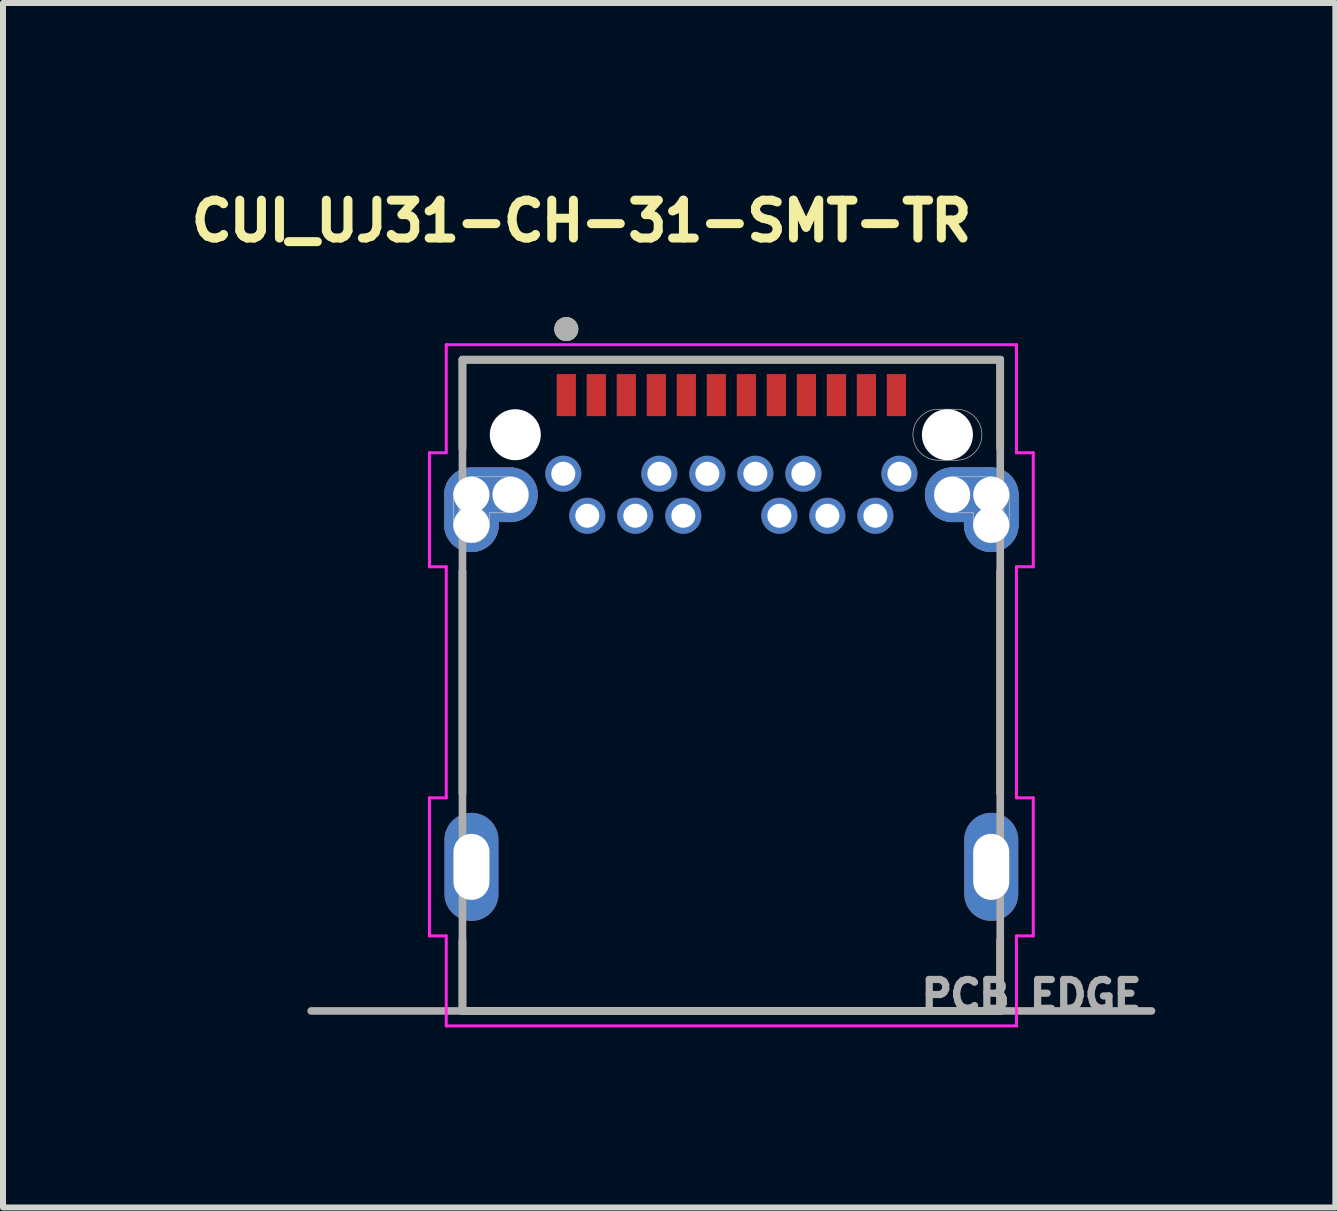
<source format=kicad_pcb>
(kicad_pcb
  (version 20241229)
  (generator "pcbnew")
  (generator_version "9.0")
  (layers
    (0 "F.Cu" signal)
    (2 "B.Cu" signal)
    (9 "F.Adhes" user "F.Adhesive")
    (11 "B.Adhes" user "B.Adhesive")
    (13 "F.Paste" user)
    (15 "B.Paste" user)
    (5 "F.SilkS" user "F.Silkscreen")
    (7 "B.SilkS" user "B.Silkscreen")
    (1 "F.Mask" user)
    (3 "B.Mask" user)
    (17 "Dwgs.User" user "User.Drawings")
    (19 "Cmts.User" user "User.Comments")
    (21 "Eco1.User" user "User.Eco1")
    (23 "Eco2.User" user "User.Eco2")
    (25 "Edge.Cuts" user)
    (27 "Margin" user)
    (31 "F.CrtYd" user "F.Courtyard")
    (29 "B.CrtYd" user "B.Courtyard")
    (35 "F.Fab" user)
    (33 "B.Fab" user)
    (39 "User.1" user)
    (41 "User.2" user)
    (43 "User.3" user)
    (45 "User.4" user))
  (footprint "CUI_UJ31-CH-31-SMT-TR"
    (layer "F.Cu")
    (at 9.135 3.533)
    (property "Reference" "CUI_UJ31-CH-31-SMT-TR" (at -2.496 -2.901 0) (layer "F.SilkS") (effects (font (size 0.631 0.631) (thickness 0.15))))
    (attr through_hole)
    (fp_poly (pts (xy -4.78 1.66) (xy -4.78 2.16) (xy -4.779 2.184) (xy -4.778 2.207) (xy -4.774 2.23) (xy -4.77 2.254) (xy -4.765 2.276) (xy -4.758 2.299) (xy -4.75 2.321) (xy -4.741 2.343) (xy -4.731 2.364) (xy -4.72 2.385) (xy -4.707 2.405) (xy -4.694 2.425) (xy -4.68 2.443) (xy -4.664 2.461) (xy -4.648 2.478) (xy -4.631 2.494) (xy -4.613 2.51) (xy -4.595 2.524) (xy -4.575 2.537) (xy -4.555 2.55) (xy -4.534 2.561) (xy -4.513 2.571) (xy -4.491 2.58) (xy -4.469 2.588) (xy -4.446 2.595) (xy -4.424 2.6) (xy -4.4 2.604) (xy -4.377 2.608) (xy -4.354 2.609) (xy -4.33 2.61) (xy -4.306 2.609) (xy -4.283 2.608) (xy -4.26 2.604) (xy -4.236 2.6) (xy -4.214 2.595) (xy -4.191 2.588) (xy -4.169 2.58) (xy -4.147 2.571) (xy -4.126 2.561) (xy -4.105 2.55) (xy -4.085 2.537) (xy -4.065 2.524) (xy -4.047 2.51) (xy -4.029 2.494) (xy -4.012 2.478) (xy -3.996 2.461) (xy -3.98 2.443) (xy -3.966 2.425) (xy -3.953 2.405) (xy -3.94 2.385) (xy -3.929 2.364) (xy -3.919 2.343) (xy -3.91 2.321) (xy -3.902 2.299) (xy -3.895 2.276) (xy -3.89 2.254) (xy -3.886 2.23) (xy -3.882 2.207) (xy -3.881 2.184) (xy -3.88 2.16) (xy -3.88 2.11) (xy -3.68 2.11) (xy -3.656 2.109) (xy -3.633 2.108) (xy -3.61 2.104) (xy -3.586 2.1) (xy -3.564 2.095) (xy -3.541 2.088) (xy -3.519 2.08) (xy -3.497 2.071) (xy -3.476 2.061) (xy -3.455 2.05) (xy -3.435 2.037) (xy -3.415 2.024) (xy -3.397 2.01) (xy -3.379 1.994) (xy -3.362 1.978) (xy -3.346 1.961) (xy -3.33 1.943) (xy -3.316 1.925) (xy -3.303 1.905) (xy -3.29 1.885) (xy -3.279 1.864) (xy -3.269 1.843) (xy -3.26 1.821) (xy -3.252 1.799) (xy -3.245 1.776) (xy -3.24 1.754) (xy -3.236 1.73) (xy -3.232 1.707) (xy -3.231 1.684) (xy -3.23 1.66) (xy -3.231 1.636) (xy -3.232 1.613) (xy -3.236 1.59) (xy -3.24 1.566) (xy -3.245 1.544) (xy -3.252 1.521) (xy -3.26 1.499) (xy -3.269 1.477) (xy -3.279 1.456) (xy -3.29 1.435) (xy -3.303 1.415) (xy -3.316 1.395) (xy -3.33 1.377) (xy -3.346 1.359) (xy -3.362 1.342) (xy -3.379 1.326) (xy -3.397 1.31) (xy -3.415 1.296) (xy -3.435 1.283) (xy -3.455 1.27) (xy -3.476 1.259) (xy -3.497 1.249) (xy -3.519 1.24) (xy -3.541 1.232) (xy -3.564 1.225) (xy -3.586 1.22) (xy -3.61 1.216) (xy -3.633 1.212) (xy -3.656 1.211) (xy -3.68 1.21) (xy -4.33 1.21) (xy -4.354 1.211) (xy -4.377 1.212) (xy -4.4 1.216) (xy -4.424 1.22) (xy -4.446 1.225) (xy -4.469 1.232) (xy -4.491 1.24) (xy -4.513 1.249) (xy -4.534 1.259) (xy -4.555 1.27) (xy -4.575 1.283) (xy -4.595 1.296) (xy -4.613 1.31) (xy -4.631 1.326) (xy -4.648 1.342) (xy -4.664 1.359) (xy -4.68 1.377) (xy -4.694 1.395) (xy -4.707 1.415) (xy -4.72 1.435) (xy -4.731 1.456) (xy -4.741 1.477) (xy -4.75 1.499) (xy -4.758 1.521) (xy -4.765 1.544) (xy -4.77 1.566) (xy -4.774 1.59) (xy -4.778 1.613) (xy -4.779 1.636) (xy -4.78 1.66)) (stroke (width 0.01) (type solid)) (fill yes) (layer "F.Cu"))
    (fp_poly (pts (xy -4.78 1.66) (xy -4.78 2.16) (xy -4.779 2.184) (xy -4.778 2.207) (xy -4.774 2.23) (xy -4.77 2.254) (xy -4.765 2.276) (xy -4.758 2.299) (xy -4.75 2.321) (xy -4.741 2.343) (xy -4.731 2.364) (xy -4.72 2.385) (xy -4.707 2.405) (xy -4.694 2.425) (xy -4.68 2.443) (xy -4.664 2.461) (xy -4.648 2.478) (xy -4.631 2.494) (xy -4.613 2.51) (xy -4.595 2.524) (xy -4.575 2.537) (xy -4.555 2.55) (xy -4.534 2.561) (xy -4.513 2.571) (xy -4.491 2.58) (xy -4.469 2.588) (xy -4.446 2.595) (xy -4.424 2.6) (xy -4.4 2.604) (xy -4.377 2.608) (xy -4.354 2.609) (xy -4.33 2.61) (xy -4.306 2.609) (xy -4.283 2.608) (xy -4.26 2.604) (xy -4.236 2.6) (xy -4.214 2.595) (xy -4.191 2.588) (xy -4.169 2.58) (xy -4.147 2.571) (xy -4.126 2.561) (xy -4.105 2.55) (xy -4.085 2.537) (xy -4.065 2.524) (xy -4.047 2.51) (xy -4.029 2.494) (xy -4.012 2.478) (xy -3.996 2.461) (xy -3.98 2.443) (xy -3.966 2.425) (xy -3.953 2.405) (xy -3.94 2.385) (xy -3.929 2.364) (xy -3.919 2.343) (xy -3.91 2.321) (xy -3.902 2.299) (xy -3.895 2.276) (xy -3.89 2.254) (xy -3.886 2.23) (xy -3.882 2.207) (xy -3.881 2.184) (xy -3.88 2.16) (xy -3.88 2.11) (xy -3.68 2.11) (xy -3.656 2.109) (xy -3.633 2.108) (xy -3.61 2.104) (xy -3.586 2.1) (xy -3.564 2.095) (xy -3.541 2.088) (xy -3.519 2.08) (xy -3.497 2.071) (xy -3.476 2.061) (xy -3.455 2.05) (xy -3.435 2.037) (xy -3.415 2.024) (xy -3.397 2.01) (xy -3.379 1.994) (xy -3.362 1.978) (xy -3.346 1.961) (xy -3.33 1.943) (xy -3.316 1.925) (xy -3.303 1.905) (xy -3.29 1.885) (xy -3.279 1.864) (xy -3.269 1.843) (xy -3.26 1.821) (xy -3.252 1.799) (xy -3.245 1.776) (xy -3.24 1.754) (xy -3.236 1.73) (xy -3.232 1.707) (xy -3.231 1.684) (xy -3.23 1.66) (xy -3.231 1.636) (xy -3.232 1.613) (xy -3.236 1.59) (xy -3.24 1.566) (xy -3.245 1.544) (xy -3.252 1.521) (xy -3.26 1.499) (xy -3.269 1.477) (xy -3.279 1.456) (xy -3.29 1.435) (xy -3.303 1.415) (xy -3.316 1.395) (xy -3.33 1.377) (xy -3.346 1.359) (xy -3.362 1.342) (xy -3.379 1.326) (xy -3.397 1.31) (xy -3.415 1.296) (xy -3.435 1.283) (xy -3.455 1.27) (xy -3.476 1.259) (xy -3.497 1.249) (xy -3.519 1.24) (xy -3.541 1.232) (xy -3.564 1.225) (xy -3.586 1.22) (xy -3.61 1.216) (xy -3.633 1.212) (xy -3.656 1.211) (xy -3.68 1.21) (xy -4.33 1.21) (xy -4.354 1.211) (xy -4.377 1.212) (xy -4.4 1.216) (xy -4.424 1.22) (xy -4.446 1.225) (xy -4.469 1.232) (xy -4.491 1.24) (xy -4.513 1.249) (xy -4.534 1.259) (xy -4.555 1.27) (xy -4.575 1.283) (xy -4.595 1.296) (xy -4.613 1.31) (xy -4.631 1.326) (xy -4.648 1.342) (xy -4.664 1.359) (xy -4.68 1.377) (xy -4.694 1.395) (xy -4.707 1.415) (xy -4.72 1.435) (xy -4.731 1.456) (xy -4.741 1.477) (xy -4.75 1.499) (xy -4.758 1.521) (xy -4.765 1.544) (xy -4.77 1.566) (xy -4.774 1.59) (xy -4.778 1.613) (xy -4.779 1.636) (xy -4.78 1.66)) (stroke (width 0.01) (type solid)) (fill yes) (layer "F.Cu"))
    (fp_poly (pts (xy 4.78 1.66) (xy 4.78 2.16) (xy 4.779 2.184) (xy 4.778 2.207) (xy 4.774 2.23) (xy 4.77 2.254) (xy 4.765 2.276) (xy 4.758 2.299) (xy 4.75 2.321) (xy 4.741 2.343) (xy 4.731 2.364) (xy 4.72 2.385) (xy 4.707 2.405) (xy 4.694 2.425) (xy 4.68 2.443) (xy 4.664 2.461) (xy 4.648 2.478) (xy 4.631 2.494) (xy 4.613 2.51) (xy 4.595 2.524) (xy 4.575 2.537) (xy 4.555 2.55) (xy 4.534 2.561) (xy 4.513 2.571) (xy 4.491 2.58) (xy 4.469 2.588) (xy 4.446 2.595) (xy 4.424 2.6) (xy 4.4 2.604) (xy 4.377 2.608) (xy 4.354 2.609) (xy 4.33 2.61) (xy 4.306 2.609) (xy 4.283 2.608) (xy 4.26 2.604) (xy 4.236 2.6) (xy 4.214 2.595) (xy 4.191 2.588) (xy 4.169 2.58) (xy 4.147 2.571) (xy 4.126 2.561) (xy 4.105 2.55) (xy 4.085 2.537) (xy 4.065 2.524) (xy 4.047 2.51) (xy 4.029 2.494) (xy 4.012 2.478) (xy 3.996 2.461) (xy 3.98 2.443) (xy 3.966 2.425) (xy 3.953 2.405) (xy 3.94 2.385) (xy 3.929 2.364) (xy 3.919 2.343) (xy 3.91 2.321) (xy 3.902 2.299) (xy 3.895 2.276) (xy 3.89 2.254) (xy 3.886 2.23) (xy 3.882 2.207) (xy 3.881 2.184) (xy 3.88 2.16) (xy 3.88 2.11) (xy 3.68 2.11) (xy 3.656 2.109) (xy 3.633 2.108) (xy 3.61 2.104) (xy 3.586 2.1) (xy 3.564 2.095) (xy 3.541 2.088) (xy 3.519 2.08) (xy 3.497 2.071) (xy 3.476 2.061) (xy 3.455 2.05) (xy 3.435 2.037) (xy 3.415 2.024) (xy 3.397 2.01) (xy 3.379 1.994) (xy 3.362 1.978) (xy 3.346 1.961) (xy 3.33 1.943) (xy 3.316 1.925) (xy 3.303 1.905) (xy 3.29 1.885) (xy 3.279 1.864) (xy 3.269 1.843) (xy 3.26 1.821) (xy 3.252 1.799) (xy 3.245 1.776) (xy 3.24 1.754) (xy 3.236 1.73) (xy 3.232 1.707) (xy 3.231 1.684) (xy 3.23 1.66) (xy 3.231 1.636) (xy 3.232 1.613) (xy 3.236 1.59) (xy 3.24 1.566) (xy 3.245 1.544) (xy 3.252 1.521) (xy 3.26 1.499) (xy 3.269 1.477) (xy 3.279 1.456) (xy 3.29 1.435) (xy 3.303 1.415) (xy 3.316 1.395) (xy 3.33 1.377) (xy 3.346 1.359) (xy 3.362 1.342) (xy 3.379 1.326) (xy 3.397 1.31) (xy 3.415 1.296) (xy 3.435 1.283) (xy 3.455 1.27) (xy 3.476 1.259) (xy 3.497 1.249) (xy 3.519 1.24) (xy 3.541 1.232) (xy 3.564 1.225) (xy 3.586 1.22) (xy 3.61 1.216) (xy 3.633 1.212) (xy 3.656 1.211) (xy 3.68 1.21) (xy 4.33 1.21) (xy 4.354 1.211) (xy 4.377 1.212) (xy 4.4 1.216) (xy 4.424 1.22) (xy 4.446 1.225) (xy 4.469 1.232) (xy 4.491 1.24) (xy 4.513 1.249) (xy 4.534 1.259) (xy 4.555 1.27) (xy 4.575 1.283) (xy 4.595 1.296) (xy 4.613 1.31) (xy 4.631 1.326) (xy 4.648 1.342) (xy 4.664 1.359) (xy 4.68 1.377) (xy 4.694 1.395) (xy 4.707 1.415) (xy 4.72 1.435) (xy 4.731 1.456) (xy 4.741 1.477) (xy 4.75 1.499) (xy 4.758 1.521) (xy 4.765 1.544) (xy 4.77 1.566) (xy 4.774 1.59) (xy 4.778 1.613) (xy 4.779 1.636) (xy 4.78 1.66)) (stroke (width 0.01) (type solid)) (fill yes) (layer "F.Cu"))
    (fp_poly (pts (xy 2.925 0.66) (xy 2.926 0.633) (xy 2.928 0.605) (xy 2.931 0.578) (xy 2.936 0.551) (xy 2.943 0.524) (xy 2.951 0.498) (xy 2.96 0.472) (xy 2.97 0.446) (xy 2.982 0.422) (xy 2.995 0.398) (xy 3.01 0.374) (xy 3.025 0.351) (xy 3.042 0.33) (xy 3.06 0.309) (xy 3.079 0.289) (xy 3.099 0.27) (xy 3.12 0.252) (xy 3.141 0.235) (xy 3.164 0.22) (xy 3.188 0.205) (xy 3.212 0.192) (xy 3.236 0.18) (xy 3.262 0.17) (xy 3.288 0.161) (xy 3.314 0.153) (xy 3.341 0.146) (xy 3.368 0.141) (xy 3.395 0.138) (xy 3.423 0.136) (xy 3.45 0.135) (xy 3.75 0.135) (xy 3.777 0.136) (xy 3.805 0.138) (xy 3.832 0.141) (xy 3.859 0.146) (xy 3.886 0.153) (xy 3.912 0.161) (xy 3.938 0.17) (xy 3.964 0.18) (xy 3.988 0.192) (xy 4.013 0.205) (xy 4.036 0.22) (xy 4.059 0.235) (xy 4.08 0.252) (xy 4.101 0.27) (xy 4.121 0.289) (xy 4.14 0.309) (xy 4.158 0.33) (xy 4.175 0.351) (xy 4.19 0.374) (xy 4.205 0.398) (xy 4.218 0.422) (xy 4.23 0.446) (xy 4.24 0.472) (xy 4.249 0.498) (xy 4.257 0.524) (xy 4.264 0.551) (xy 4.269 0.578) (xy 4.272 0.605) (xy 4.274 0.633) (xy 4.275 0.66) (xy 4.274 0.687) (xy 4.272 0.715) (xy 4.269 0.742) (xy 4.264 0.769) (xy 4.257 0.796) (xy 4.249 0.822) (xy 4.24 0.848) (xy 4.23 0.874) (xy 4.218 0.898) (xy 4.205 0.922) (xy 4.19 0.946) (xy 4.175 0.969) (xy 4.158 0.99) (xy 4.14 1.011) (xy 4.121 1.031) (xy 4.101 1.05) (xy 4.08 1.068) (xy 4.059 1.085) (xy 4.036 1.1) (xy 4.013 1.115) (xy 3.988 1.128) (xy 3.964 1.14) (xy 3.938 1.15) (xy 3.912 1.159) (xy 3.886 1.167) (xy 3.859 1.174) (xy 3.832 1.179) (xy 3.805 1.182) (xy 3.777 1.184) (xy 3.75 1.185) (xy 3.45 1.185) (xy 3.423 1.184) (xy 3.395 1.182) (xy 3.368 1.179) (xy 3.341 1.174) (xy 3.314 1.167) (xy 3.288 1.159) (xy 3.262 1.15) (xy 3.236 1.14) (xy 3.212 1.128) (xy 3.188 1.115) (xy 3.164 1.1) (xy 3.141 1.085) (xy 3.12 1.068) (xy 3.099 1.05) (xy 3.079 1.031) (xy 3.06 1.011) (xy 3.042 0.99) (xy 3.025 0.969) (xy 3.01 0.946) (xy 2.995 0.922) (xy 2.982 0.898) (xy 2.97 0.874) (xy 2.96 0.848) (xy 2.951 0.822) (xy 2.943 0.796) (xy 2.936 0.769) (xy 2.931 0.742) (xy 2.928 0.715) (xy 2.926 0.687) (xy 2.925 0.66)) (stroke (width 0.01) (type solid)) (fill yes) (layer "F.Mask"))
    (fp_poly (pts (xy -4.88 1.66) (xy -4.88 2.16) (xy -4.879 2.189) (xy -4.877 2.217) (xy -4.873 2.246) (xy -4.868 2.274) (xy -4.861 2.302) (xy -4.853 2.33) (xy -4.843 2.357) (xy -4.832 2.384) (xy -4.82 2.41) (xy -4.806 2.435) (xy -4.791 2.46) (xy -4.775 2.483) (xy -4.757 2.506) (xy -4.739 2.528) (xy -4.719 2.549) (xy -4.698 2.569) (xy -4.676 2.587) (xy -4.653 2.605) (xy -4.63 2.621) (xy -4.605 2.636) (xy -4.58 2.65) (xy -4.554 2.662) (xy -4.527 2.673) (xy -4.5 2.683) (xy -4.472 2.691) (xy -4.444 2.698) (xy -4.416 2.703) (xy -4.387 2.707) (xy -4.359 2.709) (xy -4.33 2.71) (xy -4.28 2.71) (xy -4.255 2.707) (xy -4.23 2.702) (xy -4.205 2.697) (xy -4.18 2.69) (xy -4.156 2.682) (xy -4.132 2.674) (xy -4.108 2.664) (xy -4.085 2.653) (xy -4.063 2.641) (xy -4.041 2.628) (xy -4.02 2.614) (xy -3.999 2.599) (xy -3.979 2.583) (xy -3.96 2.566) (xy -3.941 2.549) (xy -3.924 2.53) (xy -3.907 2.511) (xy -3.891 2.491) (xy -3.876 2.47) (xy -3.862 2.449) (xy -3.849 2.427) (xy -3.837 2.405) (xy -3.826 2.382) (xy -3.816 2.358) (xy -3.808 2.334) (xy -3.8 2.31) (xy -3.793 2.285) (xy -3.788 2.26) (xy -3.783 2.235) (xy -3.78 2.21) (xy -3.68 2.21) (xy -3.651 2.209) (xy -3.623 2.207) (xy -3.594 2.203) (xy -3.566 2.198) (xy -3.538 2.191) (xy -3.51 2.183) (xy -3.483 2.173) (xy -3.456 2.162) (xy -3.43 2.15) (xy -3.405 2.136) (xy -3.38 2.121) (xy -3.357 2.105) (xy -3.334 2.087) (xy -3.312 2.069) (xy -3.291 2.049) (xy -3.271 2.028) (xy -3.253 2.006) (xy -3.235 1.983) (xy -3.219 1.96) (xy -3.204 1.935) (xy -3.19 1.91) (xy -3.178 1.884) (xy -3.167 1.857) (xy -3.157 1.83) (xy -3.149 1.802) (xy -3.142 1.774) (xy -3.137 1.746) (xy -3.133 1.717) (xy -3.131 1.689) (xy -3.13 1.66) (xy -3.131 1.631) (xy -3.133 1.603) (xy -3.137 1.574) (xy -3.142 1.546) (xy -3.149 1.518) (xy -3.157 1.49) (xy -3.167 1.463) (xy -3.178 1.436) (xy -3.19 1.41) (xy -3.204 1.385) (xy -3.219 1.36) (xy -3.235 1.337) (xy -3.253 1.314) (xy -3.271 1.292) (xy -3.291 1.271) (xy -3.312 1.251) (xy -3.334 1.233) (xy -3.357 1.215) (xy -3.38 1.199) (xy -3.405 1.184) (xy -3.43 1.17) (xy -3.456 1.158) (xy -3.483 1.147) (xy -3.51 1.137) (xy -3.538 1.129) (xy -3.566 1.122) (xy -3.594 1.117) (xy -3.623 1.113) (xy -3.651 1.111) (xy -3.68 1.11) (xy -4.33 1.11) (xy -4.359 1.111) (xy -4.387 1.113) (xy -4.416 1.117) (xy -4.444 1.122) (xy -4.472 1.129) (xy -4.5 1.137) (xy -4.527 1.147) (xy -4.554 1.158) (xy -4.58 1.17) (xy -4.605 1.184) (xy -4.63 1.199) (xy -4.653 1.215) (xy -4.676 1.233) (xy -4.698 1.251) (xy -4.719 1.271) (xy -4.739 1.292) (xy -4.757 1.314) (xy -4.775 1.337) (xy -4.791 1.36) (xy -4.806 1.385) (xy -4.82 1.41) (xy -4.832 1.436) (xy -4.843 1.463) (xy -4.853 1.49) (xy -4.861 1.518) (xy -4.868 1.546) (xy -4.873 1.574) (xy -4.877 1.603) (xy -4.879 1.631) (xy -4.88 1.66)) (stroke (width 0.01) (type solid)) (fill yes) (layer "F.Mask"))
    (fp_poly (pts (xy 4.88 1.66) (xy 4.88 2.16) (xy 4.879 2.189) (xy 4.877 2.217) (xy 4.873 2.246) (xy 4.868 2.274) (xy 4.861 2.302) (xy 4.853 2.33) (xy 4.843 2.357) (xy 4.832 2.384) (xy 4.82 2.41) (xy 4.806 2.435) (xy 4.791 2.46) (xy 4.775 2.483) (xy 4.757 2.506) (xy 4.739 2.528) (xy 4.719 2.549) (xy 4.698 2.569) (xy 4.676 2.587) (xy 4.653 2.605) (xy 4.63 2.621) (xy 4.605 2.636) (xy 4.58 2.65) (xy 4.554 2.662) (xy 4.527 2.673) (xy 4.5 2.683) (xy 4.472 2.691) (xy 4.444 2.698) (xy 4.416 2.703) (xy 4.387 2.707) (xy 4.359 2.709) (xy 4.33 2.71) (xy 4.28 2.71) (xy 4.255 2.707) (xy 4.23 2.702) (xy 4.205 2.697) (xy 4.18 2.69) (xy 4.156 2.682) (xy 4.132 2.674) (xy 4.108 2.664) (xy 4.085 2.653) (xy 4.063 2.641) (xy 4.041 2.628) (xy 4.02 2.614) (xy 3.999 2.599) (xy 3.979 2.583) (xy 3.96 2.566) (xy 3.941 2.549) (xy 3.924 2.53) (xy 3.907 2.511) (xy 3.891 2.491) (xy 3.876 2.47) (xy 3.862 2.449) (xy 3.849 2.427) (xy 3.837 2.405) (xy 3.826 2.382) (xy 3.816 2.358) (xy 3.808 2.334) (xy 3.8 2.31) (xy 3.793 2.285) (xy 3.788 2.26) (xy 3.783 2.235) (xy 3.78 2.21) (xy 3.68 2.21) (xy 3.651 2.209) (xy 3.623 2.207) (xy 3.594 2.203) (xy 3.566 2.198) (xy 3.538 2.191) (xy 3.51 2.183) (xy 3.483 2.173) (xy 3.456 2.162) (xy 3.43 2.15) (xy 3.405 2.136) (xy 3.38 2.121) (xy 3.357 2.105) (xy 3.334 2.087) (xy 3.312 2.069) (xy 3.291 2.049) (xy 3.271 2.028) (xy 3.253 2.006) (xy 3.235 1.983) (xy 3.219 1.96) (xy 3.204 1.935) (xy 3.19 1.91) (xy 3.178 1.884) (xy 3.167 1.857) (xy 3.157 1.83) (xy 3.149 1.802) (xy 3.142 1.774) (xy 3.137 1.746) (xy 3.133 1.717) (xy 3.131 1.689) (xy 3.13 1.66) (xy 3.131 1.631) (xy 3.133 1.603) (xy 3.137 1.574) (xy 3.142 1.546) (xy 3.149 1.518) (xy 3.157 1.49) (xy 3.167 1.463) (xy 3.178 1.436) (xy 3.19 1.41) (xy 3.204 1.385) (xy 3.219 1.36) (xy 3.235 1.337) (xy 3.253 1.314) (xy 3.271 1.292) (xy 3.291 1.271) (xy 3.312 1.251) (xy 3.334 1.233) (xy 3.357 1.215) (xy 3.38 1.199) (xy 3.405 1.184) (xy 3.43 1.17) (xy 3.456 1.158) (xy 3.483 1.147) (xy 3.51 1.137) (xy 3.538 1.129) (xy 3.566 1.122) (xy 3.594 1.117) (xy 3.623 1.113) (xy 3.651 1.111) (xy 3.68 1.11) (xy 4.33 1.11) (xy 4.359 1.111) (xy 4.387 1.113) (xy 4.416 1.117) (xy 4.444 1.122) (xy 4.472 1.129) (xy 4.5 1.137) (xy 4.527 1.147) (xy 4.554 1.158) (xy 4.58 1.17) (xy 4.605 1.184) (xy 4.63 1.199) (xy 4.653 1.215) (xy 4.676 1.233) (xy 4.698 1.251) (xy 4.719 1.271) (xy 4.739 1.292) (xy 4.757 1.314) (xy 4.775 1.337) (xy 4.791 1.36) (xy 4.806 1.385) (xy 4.82 1.41) (xy 4.832 1.436) (xy 4.843 1.463) (xy 4.853 1.49) (xy 4.861 1.518) (xy 4.868 1.546) (xy 4.873 1.574) (xy 4.877 1.603) (xy 4.879 1.631) (xy 4.88 1.66)) (stroke (width 0.01) (type solid)) (fill yes) (layer "F.Mask"))
    (fp_poly (pts (xy -4.78 1.66) (xy -4.78 2.16) (xy -4.779 2.184) (xy -4.778 2.207) (xy -4.774 2.23) (xy -4.77 2.254) (xy -4.765 2.276) (xy -4.758 2.299) (xy -4.75 2.321) (xy -4.741 2.343) (xy -4.731 2.364) (xy -4.72 2.385) (xy -4.707 2.405) (xy -4.694 2.425) (xy -4.68 2.443) (xy -4.664 2.461) (xy -4.648 2.478) (xy -4.631 2.494) (xy -4.613 2.51) (xy -4.595 2.524) (xy -4.575 2.537) (xy -4.555 2.55) (xy -4.534 2.561) (xy -4.513 2.571) (xy -4.491 2.58) (xy -4.469 2.588) (xy -4.446 2.595) (xy -4.424 2.6) (xy -4.4 2.604) (xy -4.377 2.608) (xy -4.354 2.609) (xy -4.33 2.61) (xy -4.306 2.609) (xy -4.283 2.608) (xy -4.26 2.604) (xy -4.236 2.6) (xy -4.214 2.595) (xy -4.191 2.588) (xy -4.169 2.58) (xy -4.147 2.571) (xy -4.126 2.561) (xy -4.105 2.55) (xy -4.085 2.537) (xy -4.065 2.524) (xy -4.047 2.51) (xy -4.029 2.494) (xy -4.012 2.478) (xy -3.996 2.461) (xy -3.98 2.443) (xy -3.966 2.425) (xy -3.953 2.405) (xy -3.94 2.385) (xy -3.929 2.364) (xy -3.919 2.343) (xy -3.91 2.321) (xy -3.902 2.299) (xy -3.895 2.276) (xy -3.89 2.254) (xy -3.886 2.23) (xy -3.882 2.207) (xy -3.881 2.184) (xy -3.88 2.16) (xy -3.88 2.11) (xy -3.68 2.11) (xy -3.656 2.109) (xy -3.633 2.108) (xy -3.61 2.104) (xy -3.586 2.1) (xy -3.564 2.095) (xy -3.541 2.088) (xy -3.519 2.08) (xy -3.497 2.071) (xy -3.476 2.061) (xy -3.455 2.05) (xy -3.435 2.037) (xy -3.415 2.024) (xy -3.397 2.01) (xy -3.379 1.994) (xy -3.362 1.978) (xy -3.346 1.961) (xy -3.33 1.943) (xy -3.316 1.925) (xy -3.303 1.905) (xy -3.29 1.885) (xy -3.279 1.864) (xy -3.269 1.843) (xy -3.26 1.821) (xy -3.252 1.799) (xy -3.245 1.776) (xy -3.24 1.754) (xy -3.236 1.73) (xy -3.232 1.707) (xy -3.231 1.684) (xy -3.23 1.66) (xy -3.231 1.636) (xy -3.232 1.613) (xy -3.236 1.59) (xy -3.24 1.566) (xy -3.245 1.544) (xy -3.252 1.521) (xy -3.26 1.499) (xy -3.269 1.477) (xy -3.279 1.456) (xy -3.29 1.435) (xy -3.303 1.415) (xy -3.316 1.395) (xy -3.33 1.377) (xy -3.346 1.359) (xy -3.362 1.342) (xy -3.379 1.326) (xy -3.397 1.31) (xy -3.415 1.296) (xy -3.435 1.283) (xy -3.455 1.27) (xy -3.476 1.259) (xy -3.497 1.249) (xy -3.519 1.24) (xy -3.541 1.232) (xy -3.564 1.225) (xy -3.586 1.22) (xy -3.61 1.216) (xy -3.633 1.212) (xy -3.656 1.211) (xy -3.68 1.21) (xy -4.33 1.21) (xy -4.354 1.211) (xy -4.377 1.212) (xy -4.4 1.216) (xy -4.424 1.22) (xy -4.446 1.225) (xy -4.469 1.232) (xy -4.491 1.24) (xy -4.513 1.249) (xy -4.534 1.259) (xy -4.555 1.27) (xy -4.575 1.283) (xy -4.595 1.296) (xy -4.613 1.31) (xy -4.631 1.326) (xy -4.648 1.342) (xy -4.664 1.359) (xy -4.68 1.377) (xy -4.694 1.395) (xy -4.707 1.415) (xy -4.72 1.435) (xy -4.731 1.456) (xy -4.741 1.477) (xy -4.75 1.499) (xy -4.758 1.521) (xy -4.765 1.544) (xy -4.77 1.566) (xy -4.774 1.59) (xy -4.778 1.613) (xy -4.779 1.636) (xy -4.78 1.66)) (stroke (width 0.01) (type solid)) (fill yes) (layer "B.Cu"))
    (fp_poly (pts (xy 4.78 1.66) (xy 4.78 2.16) (xy 4.779 2.184) (xy 4.778 2.207) (xy 4.774 2.23) (xy 4.77 2.254) (xy 4.765 2.276) (xy 4.758 2.299) (xy 4.75 2.321) (xy 4.741 2.343) (xy 4.731 2.364) (xy 4.72 2.385) (xy 4.707 2.405) (xy 4.694 2.425) (xy 4.68 2.443) (xy 4.664 2.461) (xy 4.648 2.478) (xy 4.631 2.494) (xy 4.613 2.51) (xy 4.595 2.524) (xy 4.575 2.537) (xy 4.555 2.55) (xy 4.534 2.561) (xy 4.513 2.571) (xy 4.491 2.58) (xy 4.469 2.588) (xy 4.446 2.595) (xy 4.424 2.6) (xy 4.4 2.604) (xy 4.377 2.608) (xy 4.354 2.609) (xy 4.33 2.61) (xy 4.306 2.609) (xy 4.283 2.608) (xy 4.26 2.604) (xy 4.236 2.6) (xy 4.214 2.595) (xy 4.191 2.588) (xy 4.169 2.58) (xy 4.147 2.571) (xy 4.126 2.561) (xy 4.105 2.55) (xy 4.085 2.537) (xy 4.065 2.524) (xy 4.047 2.51) (xy 4.029 2.494) (xy 4.012 2.478) (xy 3.996 2.461) (xy 3.98 2.443) (xy 3.966 2.425) (xy 3.953 2.405) (xy 3.94 2.385) (xy 3.929 2.364) (xy 3.919 2.343) (xy 3.91 2.321) (xy 3.902 2.299) (xy 3.895 2.276) (xy 3.89 2.254) (xy 3.886 2.23) (xy 3.882 2.207) (xy 3.881 2.184) (xy 3.88 2.16) (xy 3.88 2.11) (xy 3.68 2.11) (xy 3.656 2.109) (xy 3.633 2.108) (xy 3.61 2.104) (xy 3.586 2.1) (xy 3.564 2.095) (xy 3.541 2.088) (xy 3.519 2.08) (xy 3.497 2.071) (xy 3.476 2.061) (xy 3.455 2.05) (xy 3.435 2.037) (xy 3.415 2.024) (xy 3.397 2.01) (xy 3.379 1.994) (xy 3.362 1.978) (xy 3.346 1.961) (xy 3.33 1.943) (xy 3.316 1.925) (xy 3.303 1.905) (xy 3.29 1.885) (xy 3.279 1.864) (xy 3.269 1.843) (xy 3.26 1.821) (xy 3.252 1.799) (xy 3.245 1.776) (xy 3.24 1.754) (xy 3.236 1.73) (xy 3.232 1.707) (xy 3.231 1.684) (xy 3.23 1.66) (xy 3.231 1.636) (xy 3.232 1.613) (xy 3.236 1.59) (xy 3.24 1.566) (xy 3.245 1.544) (xy 3.252 1.521) (xy 3.26 1.499) (xy 3.269 1.477) (xy 3.279 1.456) (xy 3.29 1.435) (xy 3.303 1.415) (xy 3.316 1.395) (xy 3.33 1.377) (xy 3.346 1.359) (xy 3.362 1.342) (xy 3.379 1.326) (xy 3.397 1.31) (xy 3.415 1.296) (xy 3.435 1.283) (xy 3.455 1.27) (xy 3.476 1.259) (xy 3.497 1.249) (xy 3.519 1.24) (xy 3.541 1.232) (xy 3.564 1.225) (xy 3.586 1.22) (xy 3.61 1.216) (xy 3.633 1.212) (xy 3.656 1.211) (xy 3.68 1.21) (xy 4.33 1.21) (xy 4.354 1.211) (xy 4.377 1.212) (xy 4.4 1.216) (xy 4.424 1.22) (xy 4.446 1.225) (xy 4.469 1.232) (xy 4.491 1.24) (xy 4.513 1.249) (xy 4.534 1.259) (xy 4.555 1.27) (xy 4.575 1.283) (xy 4.595 1.296) (xy 4.613 1.31) (xy 4.631 1.326) (xy 4.648 1.342) (xy 4.664 1.359) (xy 4.68 1.377) (xy 4.694 1.395) (xy 4.707 1.415) (xy 4.72 1.435) (xy 4.731 1.456) (xy 4.741 1.477) (xy 4.75 1.499) (xy 4.758 1.521) (xy 4.765 1.544) (xy 4.77 1.566) (xy 4.774 1.59) (xy 4.778 1.613) (xy 4.779 1.636) (xy 4.78 1.66)) (stroke (width 0.01) (type solid)) (fill yes) (layer "B.Cu"))
    (fp_poly (pts (xy 4.78 1.66) (xy 4.78 2.16) (xy 4.779 2.184) (xy 4.778 2.207) (xy 4.774 2.23) (xy 4.77 2.254) (xy 4.765 2.276) (xy 4.758 2.299) (xy 4.75 2.321) (xy 4.741 2.343) (xy 4.731 2.364) (xy 4.72 2.385) (xy 4.707 2.405) (xy 4.694 2.425) (xy 4.68 2.443) (xy 4.664 2.461) (xy 4.648 2.478) (xy 4.631 2.494) (xy 4.613 2.51) (xy 4.595 2.524) (xy 4.575 2.537) (xy 4.555 2.55) (xy 4.534 2.561) (xy 4.513 2.571) (xy 4.491 2.58) (xy 4.469 2.588) (xy 4.446 2.595) (xy 4.424 2.6) (xy 4.4 2.604) (xy 4.377 2.608) (xy 4.354 2.609) (xy 4.33 2.61) (xy 4.306 2.609) (xy 4.283 2.608) (xy 4.26 2.604) (xy 4.236 2.6) (xy 4.214 2.595) (xy 4.191 2.588) (xy 4.169 2.58) (xy 4.147 2.571) (xy 4.126 2.561) (xy 4.105 2.55) (xy 4.085 2.537) (xy 4.065 2.524) (xy 4.047 2.51) (xy 4.029 2.494) (xy 4.012 2.478) (xy 3.996 2.461) (xy 3.98 2.443) (xy 3.966 2.425) (xy 3.953 2.405) (xy 3.94 2.385) (xy 3.929 2.364) (xy 3.919 2.343) (xy 3.91 2.321) (xy 3.902 2.299) (xy 3.895 2.276) (xy 3.89 2.254) (xy 3.886 2.23) (xy 3.882 2.207) (xy 3.881 2.184) (xy 3.88 2.16) (xy 3.88 2.11) (xy 3.68 2.11) (xy 3.656 2.109) (xy 3.633 2.108) (xy 3.61 2.104) (xy 3.586 2.1) (xy 3.564 2.095) (xy 3.541 2.088) (xy 3.519 2.08) (xy 3.497 2.071) (xy 3.476 2.061) (xy 3.455 2.05) (xy 3.435 2.037) (xy 3.415 2.024) (xy 3.397 2.01) (xy 3.379 1.994) (xy 3.362 1.978) (xy 3.346 1.961) (xy 3.33 1.943) (xy 3.316 1.925) (xy 3.303 1.905) (xy 3.29 1.885) (xy 3.279 1.864) (xy 3.269 1.843) (xy 3.26 1.821) (xy 3.252 1.799) (xy 3.245 1.776) (xy 3.24 1.754) (xy 3.236 1.73) (xy 3.232 1.707) (xy 3.231 1.684) (xy 3.23 1.66) (xy 3.231 1.636) (xy 3.232 1.613) (xy 3.236 1.59) (xy 3.24 1.566) (xy 3.245 1.544) (xy 3.252 1.521) (xy 3.26 1.499) (xy 3.269 1.477) (xy 3.279 1.456) (xy 3.29 1.435) (xy 3.303 1.415) (xy 3.316 1.395) (xy 3.33 1.377) (xy 3.346 1.359) (xy 3.362 1.342) (xy 3.379 1.326) (xy 3.397 1.31) (xy 3.415 1.296) (xy 3.435 1.283) (xy 3.455 1.27) (xy 3.476 1.259) (xy 3.497 1.249) (xy 3.519 1.24) (xy 3.541 1.232) (xy 3.564 1.225) (xy 3.586 1.22) (xy 3.61 1.216) (xy 3.633 1.212) (xy 3.656 1.211) (xy 3.68 1.21) (xy 4.33 1.21) (xy 4.354 1.211) (xy 4.377 1.212) (xy 4.4 1.216) (xy 4.424 1.22) (xy 4.446 1.225) (xy 4.469 1.232) (xy 4.491 1.24) (xy 4.513 1.249) (xy 4.534 1.259) (xy 4.555 1.27) (xy 4.575 1.283) (xy 4.595 1.296) (xy 4.613 1.31) (xy 4.631 1.326) (xy 4.648 1.342) (xy 4.664 1.359) (xy 4.68 1.377) (xy 4.694 1.395) (xy 4.707 1.415) (xy 4.72 1.435) (xy 4.731 1.456) (xy 4.741 1.477) (xy 4.75 1.499) (xy 4.758 1.521) (xy 4.765 1.544) (xy 4.77 1.566) (xy 4.774 1.59) (xy 4.778 1.613) (xy 4.779 1.636) (xy 4.78 1.66)) (stroke (width 0.01) (type solid)) (fill yes) (layer "B.Cu"))
    (fp_poly (pts (xy 2.925 0.66) (xy 2.926 0.633) (xy 2.928 0.605) (xy 2.931 0.578) (xy 2.936 0.551) (xy 2.943 0.524) (xy 2.951 0.498) (xy 2.96 0.472) (xy 2.97 0.446) (xy 2.982 0.422) (xy 2.995 0.398) (xy 3.01 0.374) (xy 3.025 0.351) (xy 3.042 0.33) (xy 3.06 0.309) (xy 3.079 0.289) (xy 3.099 0.27) (xy 3.12 0.252) (xy 3.141 0.235) (xy 3.164 0.22) (xy 3.188 0.205) (xy 3.212 0.192) (xy 3.236 0.18) (xy 3.262 0.17) (xy 3.288 0.161) (xy 3.314 0.153) (xy 3.341 0.146) (xy 3.368 0.141) (xy 3.395 0.138) (xy 3.423 0.136) (xy 3.45 0.135) (xy 3.75 0.135) (xy 3.777 0.136) (xy 3.805 0.138) (xy 3.832 0.141) (xy 3.859 0.146) (xy 3.886 0.153) (xy 3.912 0.161) (xy 3.938 0.17) (xy 3.964 0.18) (xy 3.988 0.192) (xy 4.013 0.205) (xy 4.036 0.22) (xy 4.059 0.235) (xy 4.08 0.252) (xy 4.101 0.27) (xy 4.121 0.289) (xy 4.14 0.309) (xy 4.158 0.33) (xy 4.175 0.351) (xy 4.19 0.374) (xy 4.205 0.398) (xy 4.218 0.422) (xy 4.23 0.446) (xy 4.24 0.472) (xy 4.249 0.498) (xy 4.257 0.524) (xy 4.264 0.551) (xy 4.269 0.578) (xy 4.272 0.605) (xy 4.274 0.633) (xy 4.275 0.66) (xy 4.274 0.687) (xy 4.272 0.715) (xy 4.269 0.742) (xy 4.264 0.769) (xy 4.257 0.796) (xy 4.249 0.822) (xy 4.24 0.848) (xy 4.23 0.874) (xy 4.218 0.898) (xy 4.205 0.922) (xy 4.19 0.946) (xy 4.175 0.969) (xy 4.158 0.99) (xy 4.14 1.011) (xy 4.121 1.031) (xy 4.101 1.05) (xy 4.08 1.068) (xy 4.059 1.085) (xy 4.036 1.1) (xy 4.013 1.115) (xy 3.988 1.128) (xy 3.964 1.14) (xy 3.938 1.15) (xy 3.912 1.159) (xy 3.886 1.167) (xy 3.859 1.174) (xy 3.832 1.179) (xy 3.805 1.182) (xy 3.777 1.184) (xy 3.75 1.185) (xy 3.45 1.185) (xy 3.423 1.184) (xy 3.395 1.182) (xy 3.368 1.179) (xy 3.341 1.174) (xy 3.314 1.167) (xy 3.288 1.159) (xy 3.262 1.15) (xy 3.236 1.14) (xy 3.212 1.128) (xy 3.188 1.115) (xy 3.164 1.1) (xy 3.141 1.085) (xy 3.12 1.068) (xy 3.099 1.05) (xy 3.079 1.031) (xy 3.06 1.011) (xy 3.042 0.99) (xy 3.025 0.969) (xy 3.01 0.946) (xy 2.995 0.922) (xy 2.982 0.898) (xy 2.97 0.874) (xy 2.96 0.848) (xy 2.951 0.822) (xy 2.943 0.796) (xy 2.936 0.769) (xy 2.931 0.742) (xy 2.928 0.715) (xy 2.926 0.687) (xy 2.925 0.66)) (stroke (width 0.01) (type solid)) (fill yes) (layer "B.Mask"))
    (fp_poly (pts (xy -4.88 1.66) (xy -4.88 2.16) (xy -4.879 2.189) (xy -4.877 2.217) (xy -4.873 2.246) (xy -4.868 2.274) (xy -4.861 2.302) (xy -4.853 2.33) (xy -4.843 2.357) (xy -4.832 2.384) (xy -4.82 2.41) (xy -4.806 2.435) (xy -4.791 2.46) (xy -4.775 2.483) (xy -4.757 2.506) (xy -4.739 2.528) (xy -4.719 2.549) (xy -4.698 2.569) (xy -4.676 2.587) (xy -4.653 2.605) (xy -4.63 2.621) (xy -4.605 2.636) (xy -4.58 2.65) (xy -4.554 2.662) (xy -4.527 2.673) (xy -4.5 2.683) (xy -4.472 2.691) (xy -4.444 2.698) (xy -4.416 2.703) (xy -4.387 2.707) (xy -4.359 2.709) (xy -4.33 2.71) (xy -4.28 2.71) (xy -4.255 2.707) (xy -4.23 2.702) (xy -4.205 2.697) (xy -4.18 2.69) (xy -4.156 2.682) (xy -4.132 2.674) (xy -4.108 2.664) (xy -4.085 2.653) (xy -4.063 2.641) (xy -4.041 2.628) (xy -4.02 2.614) (xy -3.999 2.599) (xy -3.979 2.583) (xy -3.96 2.566) (xy -3.941 2.549) (xy -3.924 2.53) (xy -3.907 2.511) (xy -3.891 2.491) (xy -3.876 2.47) (xy -3.862 2.449) (xy -3.849 2.427) (xy -3.837 2.405) (xy -3.826 2.382) (xy -3.816 2.358) (xy -3.808 2.334) (xy -3.8 2.31) (xy -3.793 2.285) (xy -3.788 2.26) (xy -3.783 2.235) (xy -3.78 2.21) (xy -3.68 2.21) (xy -3.651 2.209) (xy -3.623 2.207) (xy -3.594 2.203) (xy -3.566 2.198) (xy -3.538 2.191) (xy -3.51 2.183) (xy -3.483 2.173) (xy -3.456 2.162) (xy -3.43 2.15) (xy -3.405 2.136) (xy -3.38 2.121) (xy -3.357 2.105) (xy -3.334 2.087) (xy -3.312 2.069) (xy -3.291 2.049) (xy -3.271 2.028) (xy -3.253 2.006) (xy -3.235 1.983) (xy -3.219 1.96) (xy -3.204 1.935) (xy -3.19 1.91) (xy -3.178 1.884) (xy -3.167 1.857) (xy -3.157 1.83) (xy -3.149 1.802) (xy -3.142 1.774) (xy -3.137 1.746) (xy -3.133 1.717) (xy -3.131 1.689) (xy -3.13 1.66) (xy -3.131 1.631) (xy -3.133 1.603) (xy -3.137 1.574) (xy -3.142 1.546) (xy -3.149 1.518) (xy -3.157 1.49) (xy -3.167 1.463) (xy -3.178 1.436) (xy -3.19 1.41) (xy -3.204 1.385) (xy -3.219 1.36) (xy -3.235 1.337) (xy -3.253 1.314) (xy -3.271 1.292) (xy -3.291 1.271) (xy -3.312 1.251) (xy -3.334 1.233) (xy -3.357 1.215) (xy -3.38 1.199) (xy -3.405 1.184) (xy -3.43 1.17) (xy -3.456 1.158) (xy -3.483 1.147) (xy -3.51 1.137) (xy -3.538 1.129) (xy -3.566 1.122) (xy -3.594 1.117) (xy -3.623 1.113) (xy -3.651 1.111) (xy -3.68 1.11) (xy -4.33 1.11) (xy -4.359 1.111) (xy -4.387 1.113) (xy -4.416 1.117) (xy -4.444 1.122) (xy -4.472 1.129) (xy -4.5 1.137) (xy -4.527 1.147) (xy -4.554 1.158) (xy -4.58 1.17) (xy -4.605 1.184) (xy -4.63 1.199) (xy -4.653 1.215) (xy -4.676 1.233) (xy -4.698 1.251) (xy -4.719 1.271) (xy -4.739 1.292) (xy -4.757 1.314) (xy -4.775 1.337) (xy -4.791 1.36) (xy -4.806 1.385) (xy -4.82 1.41) (xy -4.832 1.436) (xy -4.843 1.463) (xy -4.853 1.49) (xy -4.861 1.518) (xy -4.868 1.546) (xy -4.873 1.574) (xy -4.877 1.603) (xy -4.879 1.631) (xy -4.88 1.66)) (stroke (width 0.01) (type solid)) (fill yes) (layer "B.Mask"))
    (fp_poly (pts (xy 4.88 1.66) (xy 4.88 2.16) (xy 4.879 2.189) (xy 4.877 2.217) (xy 4.873 2.246) (xy 4.868 2.274) (xy 4.861 2.302) (xy 4.853 2.33) (xy 4.843 2.357) (xy 4.832 2.384) (xy 4.82 2.41) (xy 4.806 2.435) (xy 4.791 2.46) (xy 4.775 2.483) (xy 4.757 2.506) (xy 4.739 2.528) (xy 4.719 2.549) (xy 4.698 2.569) (xy 4.676 2.587) (xy 4.653 2.605) (xy 4.63 2.621) (xy 4.605 2.636) (xy 4.58 2.65) (xy 4.554 2.662) (xy 4.527 2.673) (xy 4.5 2.683) (xy 4.472 2.691) (xy 4.444 2.698) (xy 4.416 2.703) (xy 4.387 2.707) (xy 4.359 2.709) (xy 4.33 2.71) (xy 4.28 2.71) (xy 4.255 2.707) (xy 4.23 2.702) (xy 4.205 2.697) (xy 4.18 2.69) (xy 4.156 2.682) (xy 4.132 2.674) (xy 4.108 2.664) (xy 4.085 2.653) (xy 4.063 2.641) (xy 4.041 2.628) (xy 4.02 2.614) (xy 3.999 2.599) (xy 3.979 2.583) (xy 3.96 2.566) (xy 3.941 2.549) (xy 3.924 2.53) (xy 3.907 2.511) (xy 3.891 2.491) (xy 3.876 2.47) (xy 3.862 2.449) (xy 3.849 2.427) (xy 3.837 2.405) (xy 3.826 2.382) (xy 3.816 2.358) (xy 3.808 2.334) (xy 3.8 2.31) (xy 3.793 2.285) (xy 3.788 2.26) (xy 3.783 2.235) (xy 3.78 2.21) (xy 3.68 2.21) (xy 3.651 2.209) (xy 3.623 2.207) (xy 3.594 2.203) (xy 3.566 2.198) (xy 3.538 2.191) (xy 3.51 2.183) (xy 3.483 2.173) (xy 3.456 2.162) (xy 3.43 2.15) (xy 3.405 2.136) (xy 3.38 2.121) (xy 3.357 2.105) (xy 3.334 2.087) (xy 3.312 2.069) (xy 3.291 2.049) (xy 3.271 2.028) (xy 3.253 2.006) (xy 3.235 1.983) (xy 3.219 1.96) (xy 3.204 1.935) (xy 3.19 1.91) (xy 3.178 1.884) (xy 3.167 1.857) (xy 3.157 1.83) (xy 3.149 1.802) (xy 3.142 1.774) (xy 3.137 1.746) (xy 3.133 1.717) (xy 3.131 1.689) (xy 3.13 1.66) (xy 3.131 1.631) (xy 3.133 1.603) (xy 3.137 1.574) (xy 3.142 1.546) (xy 3.149 1.518) (xy 3.157 1.49) (xy 3.167 1.463) (xy 3.178 1.436) (xy 3.19 1.41) (xy 3.204 1.385) (xy 3.219 1.36) (xy 3.235 1.337) (xy 3.253 1.314) (xy 3.271 1.292) (xy 3.291 1.271) (xy 3.312 1.251) (xy 3.334 1.233) (xy 3.357 1.215) (xy 3.38 1.199) (xy 3.405 1.184) (xy 3.43 1.17) (xy 3.456 1.158) (xy 3.483 1.147) (xy 3.51 1.137) (xy 3.538 1.129) (xy 3.566 1.122) (xy 3.594 1.117) (xy 3.623 1.113) (xy 3.651 1.111) (xy 3.68 1.11) (xy 4.33 1.11) (xy 4.359 1.111) (xy 4.387 1.113) (xy 4.416 1.117) (xy 4.444 1.122) (xy 4.472 1.129) (xy 4.5 1.137) (xy 4.527 1.147) (xy 4.554 1.158) (xy 4.58 1.17) (xy 4.605 1.184) (xy 4.63 1.199) (xy 4.653 1.215) (xy 4.676 1.233) (xy 4.698 1.251) (xy 4.719 1.271) (xy 4.739 1.292) (xy 4.757 1.314) (xy 4.775 1.337) (xy 4.791 1.36) (xy 4.806 1.385) (xy 4.82 1.41) (xy 4.832 1.436) (xy 4.843 1.463) (xy 4.853 1.49) (xy 4.861 1.518) (xy 4.868 1.546) (xy 4.873 1.574) (xy 4.877 1.603) (xy 4.879 1.631) (xy 4.88 1.66)) (stroke (width 0.01) (type solid)) (fill yes) (layer "B.Mask"))
    (fp_line (start -4.48 -0.59) (end -4.48 0.89) (stroke (width 0.127) (type solid)) (layer "F.SilkS"))
    (fp_line (start -4.48 -0.59) (end 4.48 -0.59) (stroke (width 0.127) (type solid)) (layer "F.SilkS"))
    (fp_line (start -4.48 2.93) (end -4.48 6.64) (stroke (width 0.127) (type solid)) (layer "F.SilkS"))
    (fp_line (start -4.48 9.08) (end -4.48 10.26) (stroke (width 0.127) (type solid)) (layer "F.SilkS"))
    (fp_line (start -4.48 10.26) (end 4.48 10.26) (stroke (width 0.127) (type solid)) (layer "F.SilkS"))
    (fp_line (start 4.48 -0.59) (end 4.48 0.89) (stroke (width 0.127) (type solid)) (layer "F.SilkS"))
    (fp_line (start 4.48 6.64) (end 4.48 2.93) (stroke (width 0.127) (type solid)) (layer "F.SilkS"))
    (fp_line (start 4.48 10.26) (end 4.48 9.08) (stroke (width 0.127) (type solid)) (layer "F.SilkS"))
    (fp_circle (center -2.75 -1.1) (end -2.65 -1.1) (stroke (width 0.2) (type solid)) (fill no) (layer "F.SilkS"))
    (fp_line (start -4.63 2.16) (end -4.63 1.66) (stroke (width 0.01) (type solid)) (layer "Edge.Cuts"))
    (fp_line (start -4.33 1.36) (end -3.68 1.36) (stroke (width 0.01) (type solid)) (layer "Edge.Cuts"))
    (fp_line (start -4.03 1.96) (end -4.03 2.16) (stroke (width 0.01) (type solid)) (layer "Edge.Cuts"))
    (fp_line (start -3.68 1.96) (end -4.03 1.96) (stroke (width 0.01) (type solid)) (layer "Edge.Cuts"))
    (fp_line (start 3.45 0.235) (end 3.75 0.235) (stroke (width 0.01) (type solid)) (layer "Edge.Cuts"))
    (fp_line (start 3.45 1.085) (end 3.75 1.085) (stroke (width 0.01) (type solid)) (layer "Edge.Cuts"))
    (fp_line (start 3.68 1.36) (end 4.33 1.36) (stroke (width 0.01) (type solid)) (layer "Edge.Cuts"))
    (fp_line (start 4.03 1.96) (end 3.68 1.96) (stroke (width 0.01) (type solid)) (layer "Edge.Cuts"))
    (fp_line (start 4.03 1.96) (end 4.03 2.16) (stroke (width 0.01) (type solid)) (layer "Edge.Cuts"))
    (fp_line (start 4.63 2.16) (end 4.63 1.66) (stroke (width 0.01) (type solid)) (layer "Edge.Cuts"))
    (fp_arc (start -4.63 1.66) (mid -4.542132 1.447868) (end -4.33 1.36) (stroke (width 0.01) (type solid)) (layer "Edge.Cuts"))
    (fp_arc (start -4.03 2.16) (mid -4.33 2.46) (end -4.63 2.16) (stroke (width 0.01) (type solid)) (layer "Edge.Cuts"))
    (fp_arc (start -3.68 1.36) (mid -3.38 1.66) (end -3.68 1.96) (stroke (width 0.01) (type solid)) (layer "Edge.Cuts"))
    (fp_arc (start 3.45 1.085) (mid 3.025 0.66) (end 3.45 0.235) (stroke (width 0.01) (type solid)) (layer "Edge.Cuts"))
    (fp_arc (start 3.68 1.96) (mid 3.38 1.66) (end 3.68 1.36) (stroke (width 0.01) (type solid)) (layer "Edge.Cuts"))
    (fp_arc (start 3.75 0.235) (mid 4.175 0.66) (end 3.75 1.085) (stroke (width 0.01) (type solid)) (layer "Edge.Cuts"))
    (fp_arc (start 4.33 1.36) (mid 4.542132 1.447868) (end 4.63 1.66) (stroke (width 0.01) (type solid)) (layer "Edge.Cuts"))
    (fp_arc (start 4.63 2.16) (mid 4.33 2.46) (end 4.03 2.16) (stroke (width 0.01) (type solid)) (layer "Edge.Cuts"))
    (fp_line (start -5.03 0.96) (end -4.75 0.96) (stroke (width 0.05) (type solid)) (layer "F.CrtYd"))
    (fp_line (start -5.03 2.86) (end -5.03 0.96) (stroke (width 0.05) (type solid)) (layer "F.CrtYd"))
    (fp_line (start -5.03 6.71) (end -4.75 6.71) (stroke (width 0.05) (type solid)) (layer "F.CrtYd"))
    (fp_line (start -5.03 9.01) (end -5.03 6.71) (stroke (width 0.05) (type solid)) (layer "F.CrtYd"))
    (fp_line (start -4.75 -0.84) (end 4.75 -0.84) (stroke (width 0.05) (type solid)) (layer "F.CrtYd"))
    (fp_line (start -4.75 0.96) (end -4.75 -0.84) (stroke (width 0.05) (type solid)) (layer "F.CrtYd"))
    (fp_line (start -4.75 2.86) (end -5.03 2.86) (stroke (width 0.05) (type solid)) (layer "F.CrtYd"))
    (fp_line (start -4.75 6.71) (end -4.75 2.86) (stroke (width 0.05) (type solid)) (layer "F.CrtYd"))
    (fp_line (start -4.75 9.01) (end -5.03 9.01) (stroke (width 0.05) (type solid)) (layer "F.CrtYd"))
    (fp_line (start -4.75 10.51) (end -4.75 9.01) (stroke (width 0.05) (type solid)) (layer "F.CrtYd"))
    (fp_line (start 4.75 -0.84) (end 4.75 0.96) (stroke (width 0.05) (type solid)) (layer "F.CrtYd"))
    (fp_line (start 4.75 0.96) (end 5.03 0.96) (stroke (width 0.05) (type solid)) (layer "F.CrtYd"))
    (fp_line (start 4.75 2.86) (end 4.75 6.71) (stroke (width 0.05) (type solid)) (layer "F.CrtYd"))
    (fp_line (start 4.75 6.71) (end 5.03 6.71) (stroke (width 0.05) (type solid)) (layer "F.CrtYd"))
    (fp_line (start 4.75 9.01) (end 4.75 10.51) (stroke (width 0.05) (type solid)) (layer "F.CrtYd"))
    (fp_line (start 4.75 10.51) (end -4.75 10.51) (stroke (width 0.05) (type solid)) (layer "F.CrtYd"))
    (fp_line (start 5.03 0.96) (end 5.03 2.86) (stroke (width 0.05) (type solid)) (layer "F.CrtYd"))
    (fp_line (start 5.03 2.86) (end 4.75 2.86) (stroke (width 0.05) (type solid)) (layer "F.CrtYd"))
    (fp_line (start 5.03 6.71) (end 5.03 9.01) (stroke (width 0.05) (type solid)) (layer "F.CrtYd"))
    (fp_line (start 5.03 9.01) (end 4.75 9.01) (stroke (width 0.05) (type solid)) (layer "F.CrtYd"))
    (fp_line (start -7 10.26) (end 7 10.26) (stroke (width 0.127) (type solid)) (layer "F.Fab"))
    (fp_line (start -4.48 -0.59) (end 4.48 -0.59) (stroke (width 0.127) (type solid)) (layer "F.Fab"))
    (fp_line (start -4.48 10.26) (end -4.48 -0.59) (stroke (width 0.127) (type solid)) (layer "F.Fab"))
    (fp_line (start 4.48 -0.59) (end 4.48 10.26) (stroke (width 0.127) (type solid)) (layer "F.Fab"))
    (fp_circle (center -2.75 -1.1) (end -2.65 -1.1) (stroke (width 0.2) (type solid)) (fill no) (layer "F.Fab"))
    (fp_text user "PCB EDGE" (at 5 10 0) (layer "F.Fab") (effects (font (size 0.48 0.48) (thickness 0.15))))
    (pad "" np_thru_hole circle (at -3.6 0.66) (size 0.85 0.85) (drill 0.85) (layers "*.Cu" "*.Mask"))
    (pad "" np_thru_hole circle (at 3.6 0.66) (size 0.85 0.85) (drill 0.85) (layers "*.Cu" "*.Mask"))
    (pad "1" thru_hole circle (at -3.68 1.66) (size 0.9 0.9) (drill 0.6) (layers "*.Cu"))
    (pad "2" thru_hole circle (at -4.33 1.66) (size 0.9 0.9) (drill 0.6) (layers "*.Cu"))
    (pad "3" thru_hole circle (at -4.33 2.16) (size 0.9 0.9) (drill 0.6) (layers "*.Cu"))
    (pad "4" thru_hole circle (at 3.68 1.66) (size 0.9 0.9) (drill 0.6) (layers "*.Cu"))
    (pad "5" thru_hole circle (at 4.33 1.66) (size 0.9 0.9) (drill 0.6) (layers "*.Cu"))
    (pad "6" thru_hole circle (at 4.33 2.16) (size 0.9 0.9) (drill 0.6) (layers "*.Cu"))
    (pad "A1" smd rect (at -2.75 0) (size 0.32 0.7) (layers "F.Cu" "F.Mask" "F.Paste"))
    (pad "A2" smd rect (at -2.25 0) (size 0.32 0.7) (layers "F.Cu" "F.Mask" "F.Paste"))
    (pad "A3" smd rect (at -1.75 0) (size 0.32 0.7) (layers "F.Cu" "F.Mask" "F.Paste"))
    (pad "A4" smd rect (at -1.25 0) (size 0.32 0.7) (layers "F.Cu" "F.Mask" "F.Paste"))
    (pad "A5" smd rect (at -0.75 0) (size 0.32 0.7) (layers "F.Cu" "F.Mask" "F.Paste"))
    (pad "A6" smd rect (at -0.25 0) (size 0.32 0.7) (layers "F.Cu" "F.Mask" "F.Paste"))
    (pad "A7" smd rect (at 0.25 0) (size 0.32 0.7) (layers "F.Cu" "F.Mask" "F.Paste"))
    (pad "A8" smd rect (at 0.75 0) (size 0.32 0.7) (layers "F.Cu" "F.Mask" "F.Paste"))
    (pad "A9" smd rect (at 1.25 0) (size 0.32 0.7) (layers "F.Cu" "F.Mask" "F.Paste"))
    (pad "A10" smd rect (at 1.75 0) (size 0.32 0.7) (layers "F.Cu" "F.Mask" "F.Paste"))
    (pad "A11" smd rect (at 2.25 0) (size 0.32 0.7) (layers "F.Cu" "F.Mask" "F.Paste"))
    (pad "A12" smd rect (at 2.75 0) (size 0.32 0.7) (layers "F.Cu" "F.Mask" "F.Paste"))
    (pad "B1" thru_hole circle (at 2.8 1.31) (size 0.6 0.6) (drill 0.4) (layers "*.Cu" "*.Mask"))
    (pad "B2" thru_hole circle (at 2.4 2.01) (size 0.6 0.6) (drill 0.4) (layers "*.Cu" "*.Mask"))
    (pad "B3" thru_hole circle (at 1.6 2.01) (size 0.6 0.6) (drill 0.4) (layers "*.Cu" "*.Mask"))
    (pad "B4" thru_hole circle (at 1.2 1.31) (size 0.6 0.6) (drill 0.4) (layers "*.Cu" "*.Mask"))
    (pad "B5" thru_hole circle (at 0.8 2.01) (size 0.6 0.6) (drill 0.4) (layers "*.Cu" "*.Mask"))
    (pad "B6" thru_hole circle (at 0.4 1.31) (size 0.6 0.6) (drill 0.4) (layers "*.Cu" "*.Mask"))
    (pad "B7" thru_hole circle (at -0.4 1.31) (size 0.6 0.6) (drill 0.4) (layers "*.Cu" "*.Mask"))
    (pad "B8" thru_hole circle (at -0.8 2.01) (size 0.6 0.6) (drill 0.4) (layers "*.Cu" "*.Mask"))
    (pad "B9" thru_hole circle (at -1.2 1.31) (size 0.6 0.6) (drill 0.4) (layers "*.Cu" "*.Mask"))
    (pad "B10" thru_hole circle (at -1.6 2.01) (size 0.6 0.6) (drill 0.4) (layers "*.Cu" "*.Mask"))
    (pad "B11" thru_hole circle (at -2.4 2.01) (size 0.6 0.6) (drill 0.4) (layers "*.Cu" "*.Mask"))
    (pad "B12" thru_hole circle (at -2.8 1.31) (size 0.6 0.6) (drill 0.4) (layers "*.Cu" "*.Mask"))
    (pad "S1" thru_hole oval (at -4.33 7.86) (size 0.9 1.8) (drill oval 0.6 1.1) (layers "*.Cu" "*.Mask"))
    (pad "S2" thru_hole oval (at 4.33 7.86) (size 0.9 1.8) (drill oval 0.6 1.1) (layers "*.Cu" "*.Mask")))
  (gr_rect
    (start -3 -3)
    (end 19.198 17.068)
    (stroke (width 0.1) (type default))
    (fill no)
    (layer "Edge.Cuts")))
</source>
